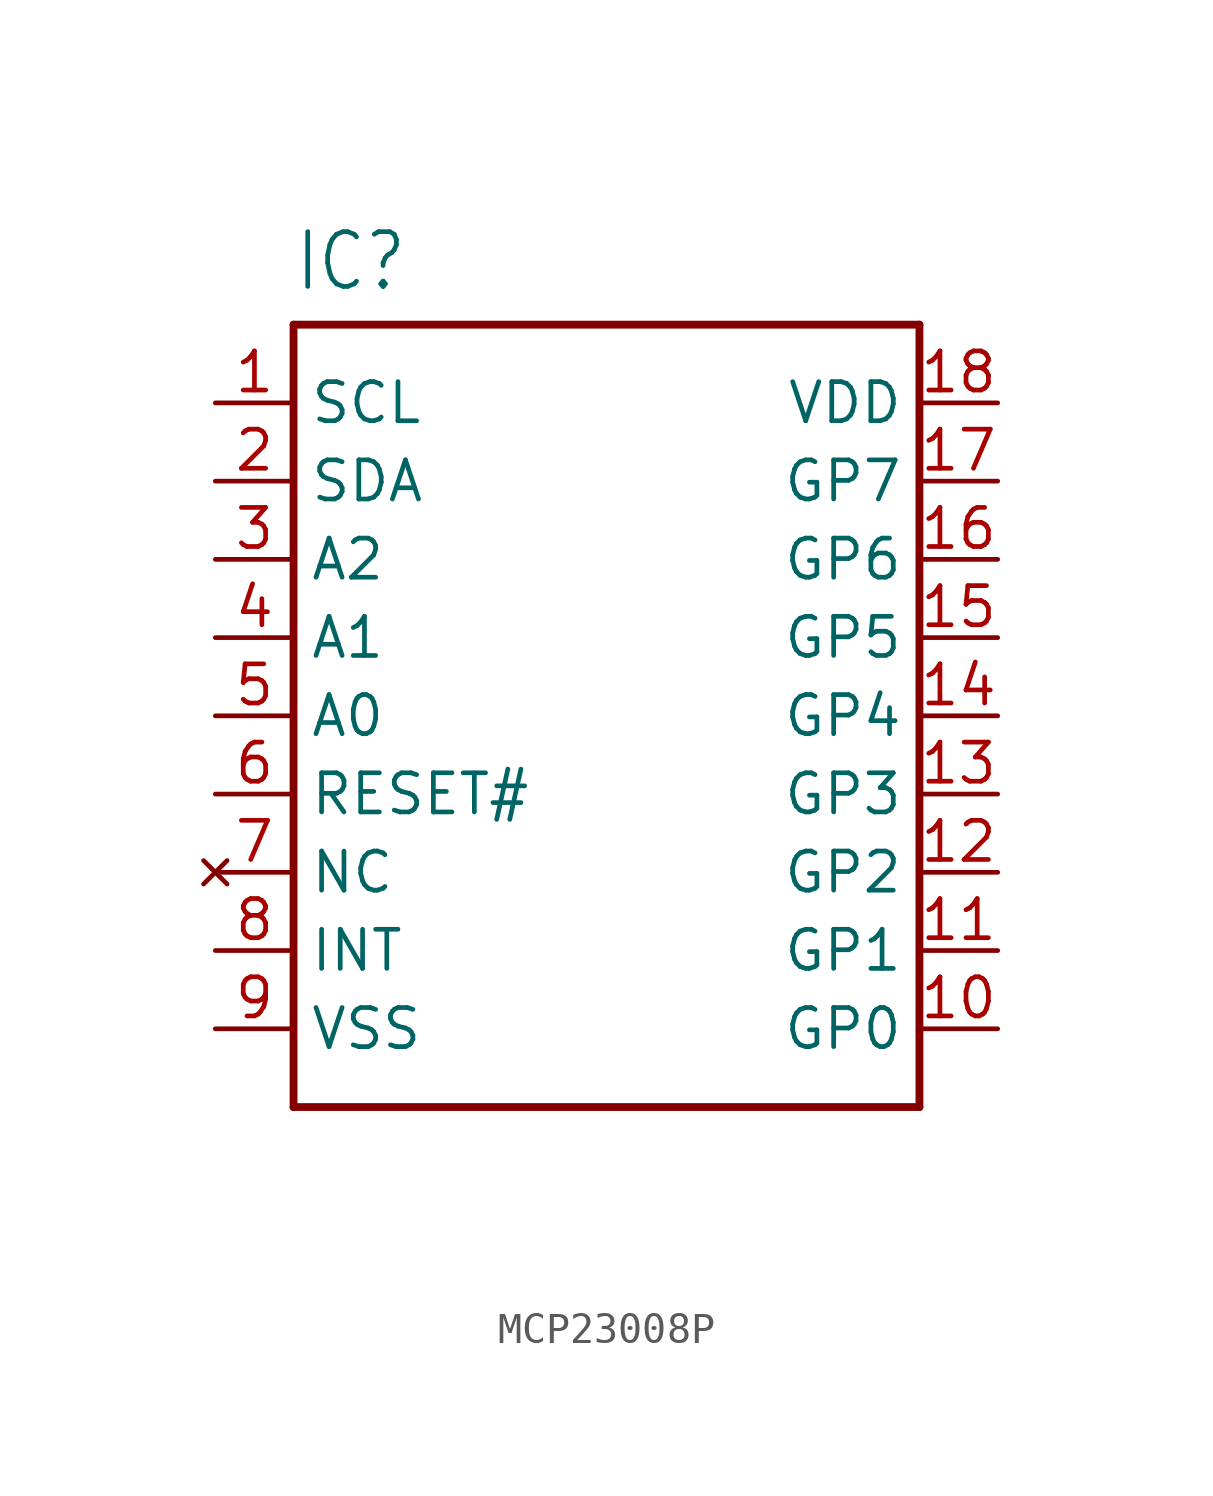
<source format=kicad_sym>
(kicad_symbol_lib
  (version 20220914)
  (generator kicad_symbol_editor)
  (symbol "MCP23008P"
    (property "Reference" "IC"
      (at -10.16 13.716 0)
      (effects (font (size 1.778 1.511)) (justify left bottom)))
    (property "Value" ""
      (at -10.16 -15.748 0)
      (effects (font (size 1.778 1.511)) (justify left bottom)))
    (property "ki_locked" ""
      (at 0 0 0)
      (effects (font (size 1.27 1.27))))
    (symbol "MCP23008P_1_0"
      (polyline (pts (xy -10.16 -12.7) (xy 10.16 -12.7)) (stroke (width 0.254) (type solid)) (fill (type none)))
      (polyline (pts (xy -10.16 12.7) (xy -10.16 -12.7)) (stroke (width 0.254) (type solid)) (fill (type none)))
      (polyline (pts (xy 10.16 -12.7) (xy 10.16 12.7)) (stroke (width 0.254) (type solid)) (fill (type none)))
      (polyline (pts (xy 10.16 12.7) (xy -10.16 12.7)) (stroke (width 0.254) (type solid)) (fill (type none)))
      (pin input line (at -12.7 10.16 0) (length 2.54) (name "SCL" (effects (font (size 1.27 1.27)))) (number "1" (effects (font (size 1.27 1.27)))))
      (pin bidirectional line (at 12.7 -10.16 180) (length 2.54) (name "GP0" (effects (font (size 1.27 1.27)))) (number "10" (effects (font (size 1.27 1.27)))))
      (pin bidirectional line (at 12.7 -7.62 180) (length 2.54) (name "GP1" (effects (font (size 1.27 1.27)))) (number "11" (effects (font (size 1.27 1.27)))))
      (pin bidirectional line (at 12.7 -5.08 180) (length 2.54) (name "GP2" (effects (font (size 1.27 1.27)))) (number "12" (effects (font (size 1.27 1.27)))))
      (pin bidirectional line (at 12.7 -2.54 180) (length 2.54) (name "GP3" (effects (font (size 1.27 1.27)))) (number "13" (effects (font (size 1.27 1.27)))))
      (pin bidirectional line (at 12.7 0 180) (length 2.54) (name "GP4" (effects (font (size 1.27 1.27)))) (number "14" (effects (font (size 1.27 1.27)))))
      (pin bidirectional line (at 12.7 2.54 180) (length 2.54) (name "GP5" (effects (font (size 1.27 1.27)))) (number "15" (effects (font (size 1.27 1.27)))))
      (pin bidirectional line (at 12.7 5.08 180) (length 2.54) (name "GP6" (effects (font (size 1.27 1.27)))) (number "16" (effects (font (size 1.27 1.27)))))
      (pin bidirectional line (at 12.7 7.62 180) (length 2.54) (name "GP7" (effects (font (size 1.27 1.27)))) (number "17" (effects (font (size 1.27 1.27)))))
      (pin power_in line (at 12.7 10.16 180) (length 2.54) (name "VDD" (effects (font (size 1.27 1.27)))) (number "18" (effects (font (size 1.27 1.27)))))
      (pin bidirectional line (at -12.7 7.62 0) (length 2.54) (name "SDA" (effects (font (size 1.27 1.27)))) (number "2" (effects (font (size 1.27 1.27)))))
      (pin input line (at -12.7 5.08 0) (length 2.54) (name "A2" (effects (font (size 1.27 1.27)))) (number "3" (effects (font (size 1.27 1.27)))))
      (pin input line (at -12.7 2.54 0) (length 2.54) (name "A1" (effects (font (size 1.27 1.27)))) (number "4" (effects (font (size 1.27 1.27)))))
      (pin input line (at -12.7 0 0) (length 2.54) (name "A0" (effects (font (size 1.27 1.27)))) (number "5" (effects (font (size 1.27 1.27)))))
      (pin input line (at -12.7 -2.54 0) (length 2.54) (name "RESET#" (effects (font (size 1.27 1.27)))) (number "6" (effects (font (size 1.27 1.27)))))
      (pin no_connect line (at -12.7 -5.08 0) (length 2.54) (name "NC" (effects (font (size 1.27 1.27)))) (number "7" (effects (font (size 1.27 1.27)))))
      (pin output line (at -12.7 -7.62 0) (length 2.54) (name "INT" (effects (font (size 1.27 1.27)))) (number "8" (effects (font (size 1.27 1.27)))))
      (pin power_in line (at -12.7 -10.16 0) (length 2.54) (name "VSS" (effects (font (size 1.27 1.27)))) (number "9" (effects (font (size 1.27 1.27))))))))
</source>
